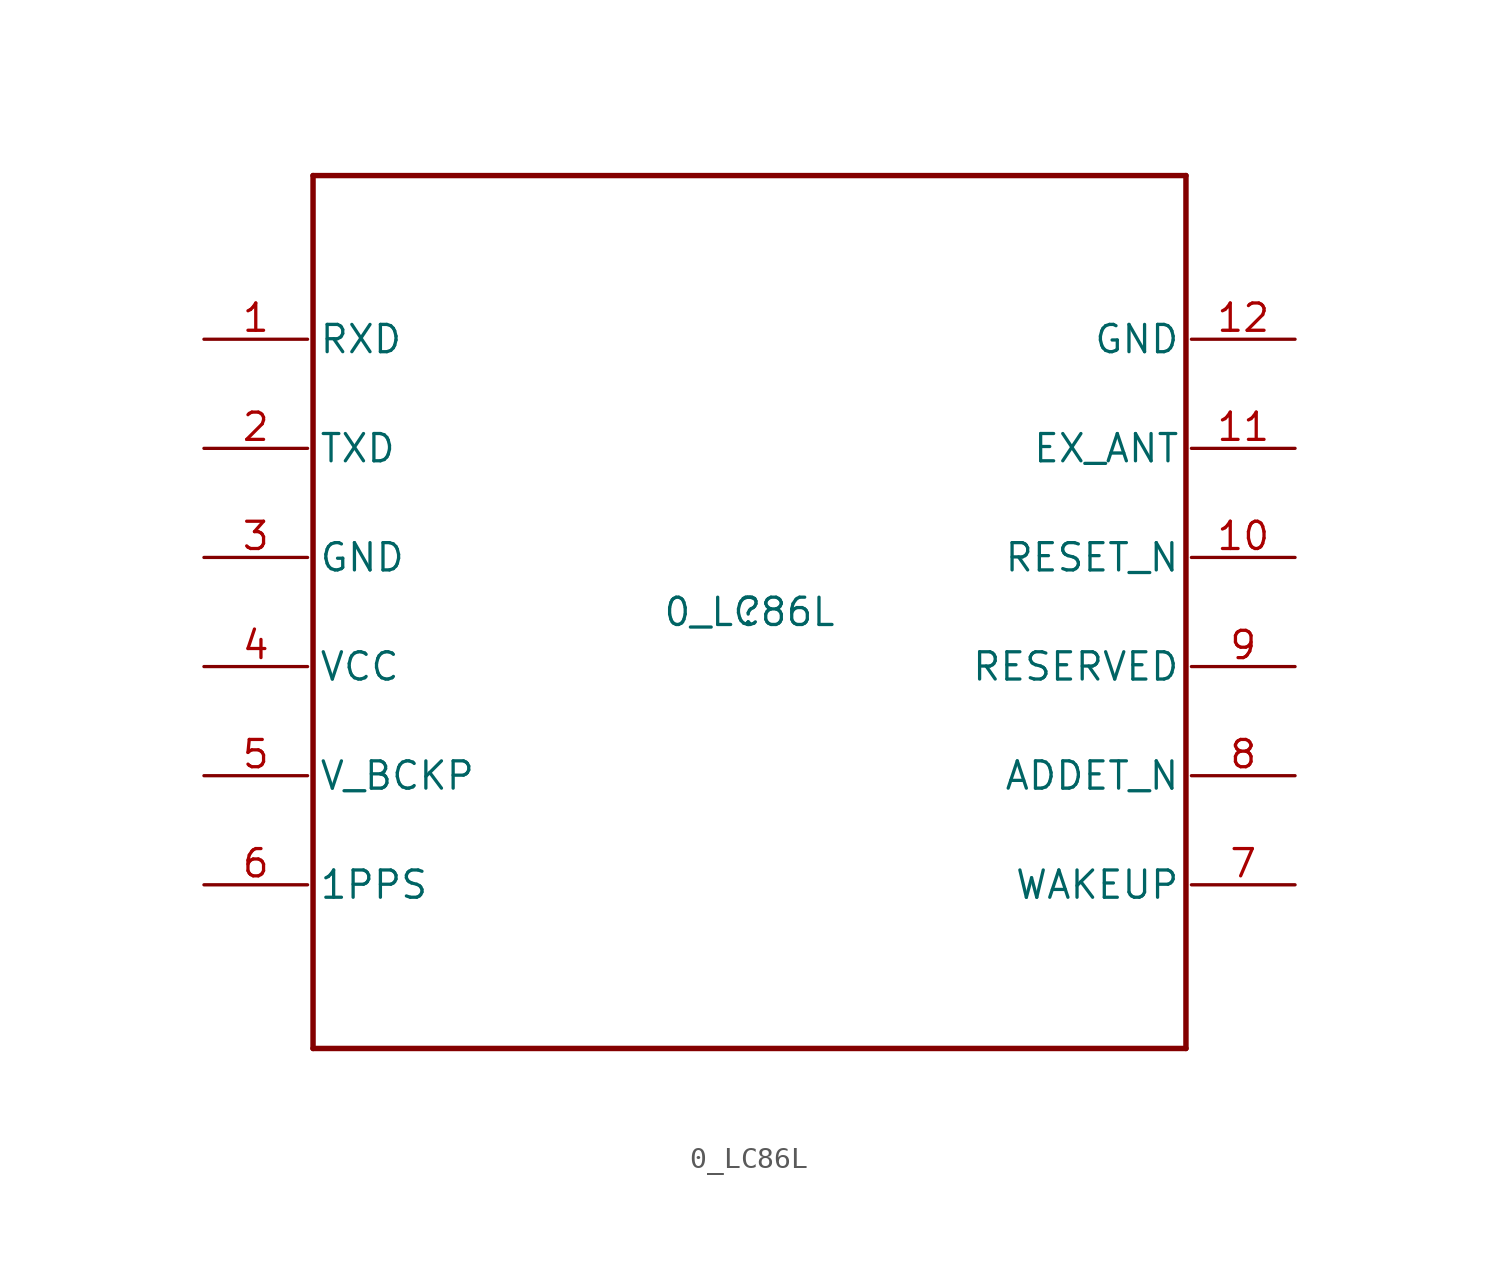
<source format=kicad_sym>
(kicad_symbol_lib
  (version 20211014)
  (generator kicad_symbol_editor)
  (symbol "0_LC86L"
    (property "Reference" ""
      (at 0 0 0)
      (effects (font (size 1.27 1.27))))
    (property "Value" "0_LC86L"
      (at 0 0 0)
      (effects (font (size 1.27 1.27))))
    (symbol "0_LC86L_1_0"
      (polyline (pts (xy -20.32 -20.32) (xy -20.32 20.32)) (stroke (width 0.254) (type default) (color 0 0 0 0)) (fill (type none)))
      (polyline (pts (xy -20.32 20.32) (xy 20.32 20.32)) (stroke (width 0.254) (type default) (color 0 0 0 0)) (fill (type none)))
      (polyline (pts (xy 20.32 -20.32) (xy -20.32 -20.32)) (stroke (width 0.254) (type default) (color 0 0 0 0)) (fill (type none)))
      (polyline (pts (xy 20.32 20.32) (xy 20.32 -20.32)) (stroke (width 0.254) (type default) (color 0 0 0 0)) (fill (type none)))
      (pin passive line (at -25.4 12.7 0) (length 4.826) (name "RXD" (effects (font (size 1.27 1.27)))) (number "1" (effects (font (size 1.27 1.27)))))
      (pin passive line (at 25.4 2.54 180) (length 4.826) (name "RESET_N" (effects (font (size 1.27 1.27)))) (number "10" (effects (font (size 1.27 1.27)))))
      (pin passive line (at 25.4 7.62 180) (length 4.826) (name "EX_ANT" (effects (font (size 1.27 1.27)))) (number "11" (effects (font (size 1.27 1.27)))))
      (pin passive line (at 25.4 12.7 180) (length 4.826) (name "GND" (effects (font (size 1.27 1.27)))) (number "12" (effects (font (size 1.27 1.27)))))
      (pin passive line (at -25.4 7.62 0) (length 4.826) (name "TXD" (effects (font (size 1.27 1.27)))) (number "2" (effects (font (size 1.27 1.27)))))
      (pin passive line (at -25.4 2.54 0) (length 4.826) (name "GND" (effects (font (size 1.27 1.27)))) (number "3" (effects (font (size 1.27 1.27)))))
      (pin passive line (at -25.4 -2.54 0) (length 4.826) (name "VCC" (effects (font (size 1.27 1.27)))) (number "4" (effects (font (size 1.27 1.27)))))
      (pin passive line (at -25.4 -7.62 0) (length 4.826) (name "V_BCKP" (effects (font (size 1.27 1.27)))) (number "5" (effects (font (size 1.27 1.27)))))
      (pin passive line (at -25.4 -12.7 0) (length 4.826) (name "1PPS" (effects (font (size 1.27 1.27)))) (number "6" (effects (font (size 1.27 1.27)))))
      (pin passive line (at 25.4 -12.7 180) (length 4.826) (name "WAKEUP" (effects (font (size 1.27 1.27)))) (number "7" (effects (font (size 1.27 1.27)))))
      (pin passive line (at 25.4 -7.62 180) (length 4.826) (name "ADDET_N" (effects (font (size 1.27 1.27)))) (number "8" (effects (font (size 1.27 1.27)))))
      (pin passive line (at 25.4 -2.54 180) (length 4.826) (name "RESERVED" (effects (font (size 1.27 1.27)))) (number "9" (effects (font (size 1.27 1.27))))))))
</source>
